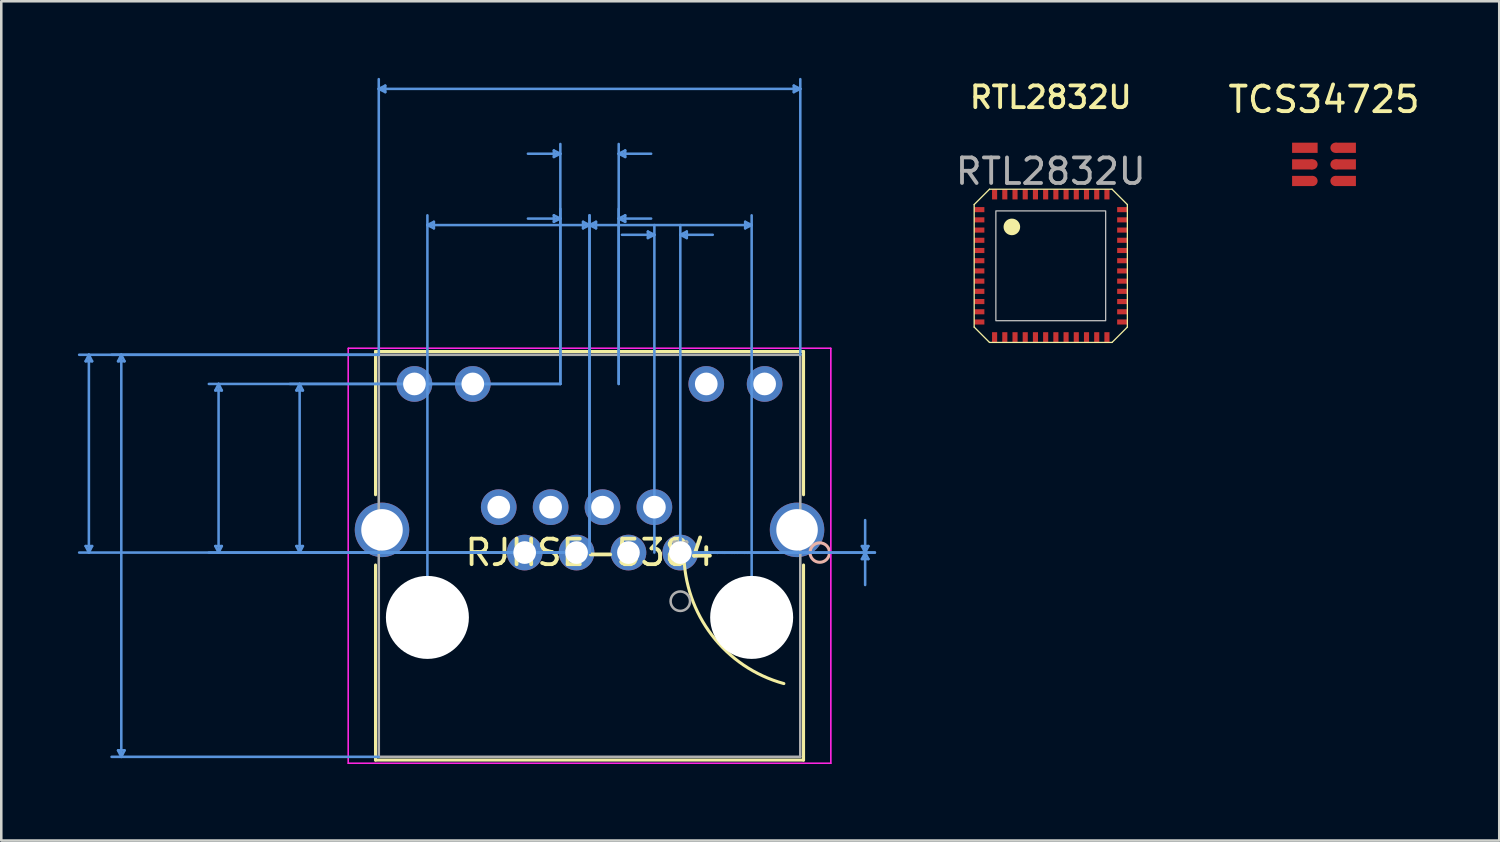
<source format=kicad_pcb>
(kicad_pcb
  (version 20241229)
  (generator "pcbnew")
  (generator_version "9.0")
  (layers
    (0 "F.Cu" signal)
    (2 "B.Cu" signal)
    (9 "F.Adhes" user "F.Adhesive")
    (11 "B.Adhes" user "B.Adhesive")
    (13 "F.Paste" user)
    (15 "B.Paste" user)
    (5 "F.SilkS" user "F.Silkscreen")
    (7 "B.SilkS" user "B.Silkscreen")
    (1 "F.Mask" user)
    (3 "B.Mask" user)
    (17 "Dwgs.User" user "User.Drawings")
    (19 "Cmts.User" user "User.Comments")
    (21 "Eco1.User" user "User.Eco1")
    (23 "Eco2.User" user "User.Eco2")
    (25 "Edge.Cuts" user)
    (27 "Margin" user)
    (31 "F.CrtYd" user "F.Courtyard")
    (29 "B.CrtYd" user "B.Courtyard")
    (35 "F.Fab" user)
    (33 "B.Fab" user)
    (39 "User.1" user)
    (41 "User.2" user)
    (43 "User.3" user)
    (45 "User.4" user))
  (footprint "RJHSE-5384"
    (layer "F.Cu")
    (at 23.596 18.592)
    (property "Reference" "RJHSE-5384" (at -3.556 0 0) (layer "F.SilkS") (effects (font (size 1 1) (thickness 0.15))))
    (attr through_hole)
    (fp_line (start -11.938 -7.874) (end -11.938 -2.265) (stroke (width 0.12) (type solid)) (layer "F.SilkS"))
    (fp_line (start -11.938 0.487) (end -11.938 8.128) (stroke (width 0.12) (type solid)) (layer "F.SilkS"))
    (fp_line (start -11.938 8.128) (end 4.826 8.128) (stroke (width 0.12) (type solid)) (layer "F.SilkS"))
    (fp_line (start 4.826 -7.874) (end -11.938 -7.874) (stroke (width 0.12) (type solid)) (layer "F.SilkS"))
    (fp_line (start 4.826 -2.265) (end 4.826 -7.874) (stroke (width 0.12) (type solid)) (layer "F.SilkS"))
    (fp_line (start 4.826 8.128) (end 4.826 0.487) (stroke (width 0.12) (type solid)) (layer "F.SilkS"))
    (fp_arc (start 4.05503 5.13189) (mid 1.233413 3.231184) (end 0.140008 0.00959) (stroke (width 0.12) (type solid)) (layer "F.SilkS"))
    (fp_circle (center 5.461 0) (end 5.842 0) (stroke (width 0.12) (type solid)) (fill no) (layer "B.SilkS"))
    (fp_line (start -23.292 -7.493) (end -23.038 -7.493) (stroke (width 0.1) (type solid)) (layer "Cmts.User"))
    (fp_line (start -23.292 -0.254) (end -23.038 -0.254) (stroke (width 0.1) (type solid)) (layer "Cmts.User"))
    (fp_line (start -23.165 -7.747) (end -23.292 -7.493) (stroke (width 0.1) (type solid)) (layer "Cmts.User"))
    (fp_line (start -23.165 -7.747) (end -23.165 0) (stroke (width 0.1) (type solid)) (layer "Cmts.User"))
    (fp_line (start -23.165 -7.747) (end -23.038 -7.493) (stroke (width 0.1) (type solid)) (layer "Cmts.User"))
    (fp_line (start -23.165 0) (end -23.292 -0.254) (stroke (width 0.1) (type solid)) (layer "Cmts.User"))
    (fp_line (start -23.165 0) (end -23.038 -0.254) (stroke (width 0.1) (type solid)) (layer "Cmts.User"))
    (fp_line (start -22.022 -7.493) (end -21.768 -7.493) (stroke (width 0.1) (type solid)) (layer "Cmts.User"))
    (fp_line (start -22.022 7.747) (end -21.768 7.747) (stroke (width 0.1) (type solid)) (layer "Cmts.User"))
    (fp_line (start -21.895 -7.747) (end -22.022 -7.493) (stroke (width 0.1) (type solid)) (layer "Cmts.User"))
    (fp_line (start -21.895 -7.747) (end -21.895 8.001) (stroke (width 0.1) (type solid)) (layer "Cmts.User"))
    (fp_line (start -21.895 -7.747) (end -21.768 -7.493) (stroke (width 0.1) (type solid)) (layer "Cmts.User"))
    (fp_line (start -21.895 8.001) (end -22.022 7.747) (stroke (width 0.1) (type solid)) (layer "Cmts.User"))
    (fp_line (start -21.895 8.001) (end -21.768 7.747) (stroke (width 0.1) (type solid)) (layer "Cmts.User"))
    (fp_line (start -18.212 -6.35) (end -17.958 -6.35) (stroke (width 0.1) (type solid)) (layer "Cmts.User"))
    (fp_line (start -18.212 -0.254) (end -17.958 -0.254) (stroke (width 0.1) (type solid)) (layer "Cmts.User"))
    (fp_line (start -18.085 -6.604) (end -18.212 -6.35) (stroke (width 0.1) (type solid)) (layer "Cmts.User"))
    (fp_line (start -18.085 -6.604) (end -18.085 0) (stroke (width 0.1) (type solid)) (layer "Cmts.User"))
    (fp_line (start -18.085 -6.604) (end -17.958 -6.35) (stroke (width 0.1) (type solid)) (layer "Cmts.User"))
    (fp_line (start -18.085 0) (end -18.212 -0.254) (stroke (width 0.1) (type solid)) (layer "Cmts.User"))
    (fp_line (start -18.085 0) (end -17.958 -0.254) (stroke (width 0.1) (type solid)) (layer "Cmts.User"))
    (fp_line (start -15.037 -6.35) (end -14.783 -6.35) (stroke (width 0.1) (type solid)) (layer "Cmts.User"))
    (fp_line (start -15.037 -0.254) (end -14.783 -0.254) (stroke (width 0.1) (type solid)) (layer "Cmts.User"))
    (fp_line (start -14.91 -6.604) (end -15.037 -6.35) (stroke (width 0.1) (type solid)) (layer "Cmts.User"))
    (fp_line (start -14.91 -6.604) (end -14.91 0) (stroke (width 0.1) (type solid)) (layer "Cmts.User"))
    (fp_line (start -14.91 -6.604) (end -14.783 -6.35) (stroke (width 0.1) (type solid)) (layer "Cmts.User"))
    (fp_line (start -14.91 0) (end -15.037 -0.254) (stroke (width 0.1) (type solid)) (layer "Cmts.User"))
    (fp_line (start -14.91 0) (end -14.783 -0.254) (stroke (width 0.1) (type solid)) (layer "Cmts.User"))
    (fp_line (start -11.811 -18.161) (end -11.557 -18.288) (stroke (width 0.1) (type solid)) (layer "Cmts.User"))
    (fp_line (start -11.811 -18.161) (end -11.557 -18.034) (stroke (width 0.1) (type solid)) (layer "Cmts.User"))
    (fp_line (start -11.811 -18.161) (end 4.699 -18.161) (stroke (width 0.1) (type solid)) (layer "Cmts.User"))
    (fp_line (start -11.811 -7.747) (end -23.546 -7.747) (stroke (width 0.1) (type solid)) (layer "Cmts.User"))
    (fp_line (start -11.811 -7.747) (end -22.276 -7.747) (stroke (width 0.1) (type solid)) (layer "Cmts.User"))
    (fp_line (start -11.811 -7.747) (end -11.811 -18.542) (stroke (width 0.1) (type solid)) (layer "Cmts.User"))
    (fp_line (start -11.811 8.001) (end -22.276 8.001) (stroke (width 0.1) (type solid)) (layer "Cmts.User"))
    (fp_line (start -11.557 -18.288) (end -11.557 -18.034) (stroke (width 0.1) (type solid)) (layer "Cmts.User"))
    (fp_line (start -9.906 -12.827) (end -9.652 -12.954) (stroke (width 0.1) (type solid)) (layer "Cmts.User"))
    (fp_line (start -9.906 -12.827) (end -9.652 -12.7) (stroke (width 0.1) (type solid)) (layer "Cmts.User"))
    (fp_line (start -9.906 -12.827) (end -3.556 -12.827) (stroke (width 0.1) (type solid)) (layer "Cmts.User"))
    (fp_line (start -9.906 2.54) (end -9.906 -13.208) (stroke (width 0.1) (type solid)) (layer "Cmts.User"))
    (fp_line (start -9.652 -12.954) (end -9.652 -12.7) (stroke (width 0.1) (type solid)) (layer "Cmts.User"))
    (fp_line (start -4.953 -15.748) (end -4.953 -15.494) (stroke (width 0.1) (type solid)) (layer "Cmts.User"))
    (fp_line (start -4.953 -13.208) (end -4.953 -12.954) (stroke (width 0.1) (type solid)) (layer "Cmts.User"))
    (fp_line (start -4.699 -15.621) (end -5.969 -15.621) (stroke (width 0.1) (type solid)) (layer "Cmts.User"))
    (fp_line (start -4.699 -15.621) (end -4.953 -15.748) (stroke (width 0.1) (type solid)) (layer "Cmts.User"))
    (fp_line (start -4.699 -15.621) (end -4.953 -15.494) (stroke (width 0.1) (type solid)) (layer "Cmts.User"))
    (fp_line (start -4.699 -13.081) (end -5.969 -13.081) (stroke (width 0.1) (type solid)) (layer "Cmts.User"))
    (fp_line (start -4.699 -13.081) (end -4.953 -13.208) (stroke (width 0.1) (type solid)) (layer "Cmts.User"))
    (fp_line (start -4.699 -13.081) (end -4.953 -12.954) (stroke (width 0.1) (type solid)) (layer "Cmts.User"))
    (fp_line (start -4.699 -6.604) (end -18.466 -6.604) (stroke (width 0.1) (type solid)) (layer "Cmts.User"))
    (fp_line (start -4.699 -6.604) (end -15.291 -6.604) (stroke (width 0.1) (type solid)) (layer "Cmts.User"))
    (fp_line (start -4.699 -6.604) (end -4.699 -16.002) (stroke (width 0.1) (type solid)) (layer "Cmts.User"))
    (fp_line (start -4.699 -6.604) (end -4.699 -13.462) (stroke (width 0.1) (type solid)) (layer "Cmts.User"))
    (fp_line (start -3.81 -12.954) (end -3.81 -12.7) (stroke (width 0.1) (type solid)) (layer "Cmts.User"))
    (fp_line (start -3.556 -12.827) (end -3.81 -12.954) (stroke (width 0.1) (type solid)) (layer "Cmts.User"))
    (fp_line (start -3.556 -12.827) (end -3.81 -12.7) (stroke (width 0.1) (type solid)) (layer "Cmts.User"))
    (fp_line (start -3.556 -12.827) (end -3.302 -12.954) (stroke (width 0.1) (type solid)) (layer "Cmts.User"))
    (fp_line (start -3.556 -12.827) (end -3.302 -12.7) (stroke (width 0.1) (type solid)) (layer "Cmts.User"))
    (fp_line (start -3.556 -12.827) (end 2.794 -12.827) (stroke (width 0.1) (type solid)) (layer "Cmts.User"))
    (fp_line (start -3.556 0) (end -23.546 0) (stroke (width 0.1) (type solid)) (layer "Cmts.User"))
    (fp_line (start -3.556 0) (end -18.466 0) (stroke (width 0.1) (type solid)) (layer "Cmts.User"))
    (fp_line (start -3.556 0) (end -15.291 0) (stroke (width 0.1) (type solid)) (layer "Cmts.User"))
    (fp_line (start -3.556 0) (end -3.556 -13.208) (stroke (width 0.1) (type solid)) (layer "Cmts.User"))
    (fp_line (start -3.556 0) (end -3.556 -13.208) (stroke (width 0.1) (type solid)) (layer "Cmts.User"))
    (fp_line (start -3.302 -12.954) (end -3.302 -12.7) (stroke (width 0.1) (type solid)) (layer "Cmts.User"))
    (fp_line (start -2.413 -15.621) (end -2.159 -15.748) (stroke (width 0.1) (type solid)) (layer "Cmts.User"))
    (fp_line (start -2.413 -15.621) (end -2.159 -15.494) (stroke (width 0.1) (type solid)) (layer "Cmts.User"))
    (fp_line (start -2.413 -15.621) (end -1.143 -15.621) (stroke (width 0.1) (type solid)) (layer "Cmts.User"))
    (fp_line (start -2.413 -13.081) (end -2.159 -13.208) (stroke (width 0.1) (type solid)) (layer "Cmts.User"))
    (fp_line (start -2.413 -13.081) (end -2.159 -12.954) (stroke (width 0.1) (type solid)) (layer "Cmts.User"))
    (fp_line (start -2.413 -13.081) (end -1.143 -13.081) (stroke (width 0.1) (type solid)) (layer "Cmts.User"))
    (fp_line (start -2.413 -6.604) (end -2.413 -16.002) (stroke (width 0.1) (type solid)) (layer "Cmts.User"))
    (fp_line (start -2.413 -6.604) (end -2.413 -13.462) (stroke (width 0.1) (type solid)) (layer "Cmts.User"))
    (fp_line (start -2.159 -15.748) (end -2.159 -15.494) (stroke (width 0.1) (type solid)) (layer "Cmts.User"))
    (fp_line (start -2.159 -13.208) (end -2.159 -12.954) (stroke (width 0.1) (type solid)) (layer "Cmts.User"))
    (fp_line (start -1.27 -12.573) (end -1.27 -12.319) (stroke (width 0.1) (type solid)) (layer "Cmts.User"))
    (fp_line (start -1.016 -12.446) (end -2.286 -12.446) (stroke (width 0.1) (type solid)) (layer "Cmts.User"))
    (fp_line (start -1.016 -12.446) (end -1.27 -12.573) (stroke (width 0.1) (type solid)) (layer "Cmts.User"))
    (fp_line (start -1.016 -12.446) (end -1.27 -12.319) (stroke (width 0.1) (type solid)) (layer "Cmts.User"))
    (fp_line (start -1.016 0) (end -1.016 -12.827) (stroke (width 0.1) (type solid)) (layer "Cmts.User"))
    (fp_line (start 0 -12.446) (end 0.254 -12.573) (stroke (width 0.1) (type solid)) (layer "Cmts.User"))
    (fp_line (start 0 -12.446) (end 0.254 -12.319) (stroke (width 0.1) (type solid)) (layer "Cmts.User"))
    (fp_line (start 0 -12.446) (end 1.27 -12.446) (stroke (width 0.1) (type solid)) (layer "Cmts.User"))
    (fp_line (start 0 0) (end 0 -12.827) (stroke (width 0.1) (type solid)) (layer "Cmts.User"))
    (fp_line (start 0 0) (end 7.62 0) (stroke (width 0.1) (type solid)) (layer "Cmts.User"))
    (fp_line (start 0 0) (end 7.62 0) (stroke (width 0.1) (type solid)) (layer "Cmts.User"))
    (fp_line (start 0.254 -12.573) (end 0.254 -12.319) (stroke (width 0.1) (type solid)) (layer "Cmts.User"))
    (fp_line (start 2.54 -12.954) (end 2.54 -12.7) (stroke (width 0.1) (type solid)) (layer "Cmts.User"))
    (fp_line (start 2.794 -12.827) (end 2.54 -12.954) (stroke (width 0.1) (type solid)) (layer "Cmts.User"))
    (fp_line (start 2.794 -12.827) (end 2.54 -12.7) (stroke (width 0.1) (type solid)) (layer "Cmts.User"))
    (fp_line (start 2.794 2.54) (end 2.794 -13.208) (stroke (width 0.1) (type solid)) (layer "Cmts.User"))
    (fp_line (start 4.445 -18.288) (end 4.445 -18.034) (stroke (width 0.1) (type solid)) (layer "Cmts.User"))
    (fp_line (start 4.699 -18.161) (end 4.445 -18.288) (stroke (width 0.1) (type solid)) (layer "Cmts.User"))
    (fp_line (start 4.699 -18.161) (end 4.445 -18.034) (stroke (width 0.1) (type solid)) (layer "Cmts.User"))
    (fp_line (start 4.699 -7.747) (end 4.699 -18.542) (stroke (width 0.1) (type solid)) (layer "Cmts.User"))
    (fp_line (start 7.112 -0.254) (end 7.366 -0.254) (stroke (width 0.1) (type solid)) (layer "Cmts.User"))
    (fp_line (start 7.112 0.254) (end 7.366 0.254) (stroke (width 0.1) (type solid)) (layer "Cmts.User"))
    (fp_line (start 7.239 0) (end 7.112 -0.254) (stroke (width 0.1) (type solid)) (layer "Cmts.User"))
    (fp_line (start 7.239 0) (end 7.112 0.254) (stroke (width 0.1) (type solid)) (layer "Cmts.User"))
    (fp_line (start 7.239 0) (end 7.239 -1.27) (stroke (width 0.1) (type solid)) (layer "Cmts.User"))
    (fp_line (start 7.239 0) (end 7.239 1.27) (stroke (width 0.1) (type solid)) (layer "Cmts.User"))
    (fp_line (start 7.239 0) (end 7.366 -0.254) (stroke (width 0.1) (type solid)) (layer "Cmts.User"))
    (fp_line (start 7.239 0) (end 7.366 0.254) (stroke (width 0.1) (type solid)) (layer "Cmts.User"))
    (fp_line (start -13.005 -8.001) (end -13.005 8.255) (stroke (width 0.05) (type solid)) (layer "F.CrtYd"))
    (fp_line (start -13.005 -8.001) (end -13.005 8.255) (stroke (width 0.05) (type solid)) (layer "F.CrtYd"))
    (fp_line (start -13.005 8.255) (end 5.893 8.255) (stroke (width 0.05) (type solid)) (layer "F.CrtYd"))
    (fp_line (start -13.005 8.255) (end 5.893 8.255) (stroke (width 0.05) (type solid)) (layer "F.CrtYd"))
    (fp_line (start 5.893 -8.001) (end -13.005 -8.001) (stroke (width 0.05) (type solid)) (layer "F.CrtYd"))
    (fp_line (start 5.893 -8.001) (end -13.005 -8.001) (stroke (width 0.05) (type solid)) (layer "F.CrtYd"))
    (fp_line (start 5.893 8.255) (end 5.893 -8.001) (stroke (width 0.05) (type solid)) (layer "F.CrtYd"))
    (fp_line (start 5.893 8.255) (end 5.893 -8.001) (stroke (width 0.05) (type solid)) (layer "F.CrtYd"))
    (fp_line (start -11.811 -7.747) (end -11.811 8.001) (stroke (width 0.1) (type solid)) (layer "F.Fab"))
    (fp_line (start -11.811 8.001) (end 4.699 8.001) (stroke (width 0.1) (type solid)) (layer "F.Fab"))
    (fp_line (start 4.699 -7.747) (end -11.811 -7.747) (stroke (width 0.1) (type solid)) (layer "F.Fab"))
    (fp_line (start 4.699 8.001) (end 4.699 -7.747) (stroke (width 0.1) (type solid)) (layer "F.Fab"))
    (fp_circle (center 0 1.905) (end 0.381 1.905) (stroke (width 0.1) (type solid)) (fill no) (layer "F.Fab"))
    (fp_text user "*" (at 0 0 0) (layer "F.SilkS") (effects (font (size 1 1) (thickness 0.15))))
    (fp_text user "Copyright 2021 Accelerated Designs. All rights reserved." (at 0 0 0) (layer "Cmts.User") (effects (font (size 0.127 0.127) (thickness 0.002))))
    (fp_text user "*" (at 0 0 0) (layer "F.Fab") (effects (font (size 1 1) (thickness 0.15))))
    (pad "" np_thru_hole circle (at -9.906 2.54) (size 3.251 3.251) (drill 3.251) (layers "*.Cu" "*.Mask"))
    (pad "" np_thru_hole circle (at 2.794 2.54) (size 3.251 3.251) (drill 3.251) (layers "*.Cu" "*.Mask"))
    (pad "1" thru_hole circle (at 0 0) (size 1.397 1.397) (drill 0.889) (layers "*.Cu" "*.Mask"))
    (pad "2" thru_hole circle (at -1.016 -1.778) (size 1.397 1.397) (drill 0.889) (layers "*.Cu" "*.Mask"))
    (pad "3" thru_hole circle (at -2.032 0) (size 1.397 1.397) (drill 0.889) (layers "*.Cu" "*.Mask"))
    (pad "4" thru_hole circle (at -3.048 -1.778) (size 1.397 1.397) (drill 0.889) (layers "*.Cu" "*.Mask"))
    (pad "5" thru_hole circle (at -4.064 0) (size 1.397 1.397) (drill 0.889) (layers "*.Cu" "*.Mask"))
    (pad "6" thru_hole circle (at -5.08 -1.778) (size 1.397 1.397) (drill 0.889) (layers "*.Cu" "*.Mask"))
    (pad "7" thru_hole circle (at -6.096 0) (size 1.397 1.397) (drill 0.889) (layers "*.Cu" "*.Mask"))
    (pad "8" thru_hole circle (at -7.112 -1.778) (size 1.397 1.397) (drill 0.889) (layers "*.Cu" "*.Mask"))
    (pad "9" thru_hole circle (at 3.302 -6.604) (size 1.397 1.397) (drill 0.889) (layers "*.Cu" "*.Mask"))
    (pad "10" thru_hole circle (at 1.016 -6.604) (size 1.397 1.397) (drill 0.889) (layers "*.Cu" "*.Mask"))
    (pad "11" thru_hole circle (at -8.128 -6.604) (size 1.397 1.397) (drill 0.889) (layers "*.Cu" "*.Mask"))
    (pad "12" thru_hole circle (at -10.414 -6.604) (size 1.397 1.397) (drill 0.889) (layers "*.Cu" "*.Mask"))
    (pad "13" thru_hole circle (at -11.684 -0.889) (size 2.134 2.134) (drill 1.626) (layers "*.Cu" "*.Mask"))
    (pad "14" thru_hole circle (at 4.572 -0.889) (size 2.134 2.134) (drill 1.626) (layers "*.Cu" "*.Mask")))
  (footprint "RTL2832U"
    (layer "F.Cu")
    (at 38.105 7.361)
    (property "Reference" "RTL2832U" (at 0 -6.6 0) (unlocked yes) (layer "F.SilkS") (effects (font (size 0.85 0.85) (thickness 0.15))))
    (attr smd)
    (fp_line (start -3 2.4) (end -3 -2.4) (stroke (width 0.05) (type default)) (layer "F.SilkS"))
    (fp_line (start -3 2.4) (end -2.4 3) (stroke (width 0.05) (type default)) (layer "F.SilkS"))
    (fp_line (start -2.4 -3) (end -3 -2.4) (stroke (width 0.05) (type default)) (layer "F.SilkS"))
    (fp_line (start -2.4 -3) (end 2.4 -3) (stroke (width 0.05) (type default)) (layer "F.SilkS"))
    (fp_line (start -2.4 3) (end 2.4 3) (stroke (width 0.05) (type default)) (layer "F.SilkS"))
    (fp_line (start 2.4 -3) (end 3 -2.4) (stroke (width 0.05) (type default)) (layer "F.SilkS"))
    (fp_line (start 2.4 3) (end 3 2.4) (stroke (width 0.05) (type default)) (layer "F.SilkS"))
    (fp_line (start 3 2.4) (end 3 -2.4) (stroke (width 0.05) (type default)) (layer "F.SilkS"))
    (fp_circle (center -1.524 -1.524) (end -1.224 -1.524) (stroke (width 0.05) (type solid)) (fill yes) (layer "F.SilkS"))
    (fp_rect (start -2.15 2.15) (end 2.15 -2.15) (stroke (width 0.05) (type default)) (fill no) (layer "Dwgs.User"))
    (fp_text user "${REFERENCE}" (at 0 -3.7 0) (unlocked yes) (layer "F.Fab") (effects (font (size 1 1) (thickness 0.15))))
    (pad "1" smd rect (at -2.8 -2.2) (size 0.4 0.2) (layers "F.Cu" "F.Mask" "F.Paste"))
    (pad "2" smd rect (at -2.8 -1.8) (size 0.4 0.2) (layers "F.Cu" "F.Mask" "F.Paste"))
    (pad "3" smd rect (at -2.8 -1.4) (size 0.4 0.2) (layers "F.Cu" "F.Mask" "F.Paste"))
    (pad "3" smd rect (at -1 -2.8 270) (size 0.4 0.2) (layers "F.Cu" "F.Mask" "F.Paste"))
    (pad "4" smd rect (at -2.8 -1) (size 0.4 0.2) (layers "F.Cu" "F.Mask" "F.Paste"))
    (pad "5" smd rect (at -2.8 -0.6) (size 0.4 0.2) (layers "F.Cu" "F.Mask" "F.Paste"))
    (pad "6" smd rect (at -2.8 -0.2) (size 0.4 0.2) (layers "F.Cu" "F.Mask" "F.Paste"))
    (pad "7" smd rect (at -2.8 0.2) (size 0.4 0.2) (layers "F.Cu" "F.Mask" "F.Paste"))
    (pad "8" smd rect (at -2.8 0.6) (size 0.4 0.2) (layers "F.Cu" "F.Mask" "F.Paste"))
    (pad "9" smd rect (at -2.8 1) (size 0.4 0.2) (layers "F.Cu" "F.Mask" "F.Paste"))
    (pad "10" smd rect (at -2.8 1.4) (size 0.4 0.2) (layers "F.Cu" "F.Mask" "F.Paste"))
    (pad "11" smd rect (at -2.8 1.8) (size 0.4 0.2) (layers "F.Cu" "F.Mask" "F.Paste"))
    (pad "12" smd rect (at -2.8 2.2) (size 0.4 0.2) (layers "F.Cu" "F.Mask" "F.Paste"))
    (pad "12" smd rect (at 0.6 2.8 90) (size 0.4 0.2) (layers "F.Cu" "F.Mask" "F.Paste"))
    (pad "12" smd rect (at 2.8 -1.4 180) (size 0.4 0.2) (layers "F.Cu" "F.Mask" "F.Paste"))
    (pad "12" smd rect (at 2.8 1 180) (size 0.4 0.2) (layers "F.Cu" "F.Mask" "F.Paste"))
    (pad "13" smd rect (at -2.2 2.8 90) (size 0.4 0.2) (layers "F.Cu" "F.Mask" "F.Paste"))
    (pad "14" smd rect (at -1.8 2.8 90) (size 0.4 0.2) (layers "F.Cu" "F.Mask" "F.Paste"))
    (pad "14" smd rect (at 2.8 -1 180) (size 0.4 0.2) (layers "F.Cu" "F.Mask" "F.Paste"))
    (pad "15" smd rect (at -1.4 2.8 90) (size 0.4 0.2) (layers "F.Cu" "F.Mask" "F.Paste"))
    (pad "16" smd rect (at -1 2.8 90) (size 0.4 0.2) (layers "F.Cu" "F.Mask" "F.Paste"))
    (pad "17" smd rect (at -0.6 2.8 90) (size 0.4 0.2) (layers "F.Cu" "F.Mask" "F.Paste"))
    (pad "18" smd rect (at -0.2 2.8 90) (size 0.4 0.2) (layers "F.Cu" "F.Mask" "F.Paste"))
    (pad "19" smd rect (at 0.2 2.8 90) (size 0.4 0.2) (layers "F.Cu" "F.Mask" "F.Paste"))
    (pad "21" smd rect (at 1 2.8 90) (size 0.4 0.2) (layers "F.Cu" "F.Mask" "F.Paste"))
    (pad "22" smd rect (at 1.4 2.8 90) (size 0.4 0.2) (layers "F.Cu" "F.Mask" "F.Paste"))
    (pad "23" smd rect (at 1.8 2.8 90) (size 0.4 0.2) (layers "F.Cu" "F.Mask" "F.Paste"))
    (pad "24" smd rect (at 2.2 2.8 90) (size 0.4 0.2) (layers "F.Cu" "F.Mask" "F.Paste"))
    (pad "26" smd rect (at 2.8 1.8 180) (size 0.4 0.2) (layers "F.Cu" "F.Mask" "F.Paste"))
    (pad "26" smd rect (at 2.8 2.2 180) (size 0.4 0.2) (layers "F.Cu" "F.Mask" "F.Paste"))
    (pad "27" smd rect (at 2.8 1.4 180) (size 0.4 0.2) (layers "F.Cu" "F.Mask" "F.Paste"))
    (pad "29" smd rect (at 2.8 0.6 180) (size 0.4 0.2) (layers "F.Cu" "F.Mask" "F.Paste"))
    (pad "30" smd rect (at 2.8 0.2 180) (size 0.4 0.2) (layers "F.Cu" "F.Mask" "F.Paste"))
    (pad "31" smd rect (at 2.8 -0.2 180) (size 0.4 0.2) (layers "F.Cu" "F.Mask" "F.Paste"))
    (pad "32" smd rect (at 2.8 -0.6 180) (size 0.4 0.2) (layers "F.Cu" "F.Mask" "F.Paste"))
    (pad "35" smd rect (at 2.8 -1.8 180) (size 0.4 0.2) (layers "F.Cu" "F.Mask" "F.Paste"))
    (pad "36" smd rect (at 2.8 -2.2 180) (size 0.4 0.2) (layers "F.Cu" "F.Mask" "F.Paste"))
    (pad "37" smd rect (at 2.2 -2.8 270) (size 0.4 0.2) (layers "F.Cu" "F.Mask" "F.Paste"))
    (pad "38" smd rect (at 1.8 -2.8 270) (size 0.4 0.2) (layers "F.Cu" "F.Mask" "F.Paste"))
    (pad "39" smd rect (at 1.4 -2.8 270) (size 0.4 0.2) (layers "F.Cu" "F.Mask" "F.Paste"))
    (pad "40" smd rect (at 1 -2.8 270) (size 0.4 0.2) (layers "F.Cu" "F.Mask" "F.Paste"))
    (pad "41" smd rect (at 0.6 -2.8 270) (size 0.4 0.2) (layers "F.Cu" "F.Mask" "F.Paste"))
    (pad "42" smd rect (at 0.2 -2.8 270) (size 0.4 0.2) (layers "F.Cu" "F.Mask" "F.Paste"))
    (pad "43" smd rect (at -0.2 -2.8 270) (size 0.4 0.2) (layers "F.Cu" "F.Mask" "F.Paste"))
    (pad "44" smd rect (at -1.8 -2.8 270) (size 0.4 0.2) (layers "F.Cu" "F.Mask" "F.Paste"))
    (pad "44" smd rect (at -0.6 -2.8 270) (size 0.4 0.2) (layers "F.Cu" "F.Mask" "F.Paste"))
    (pad "46" smd rect (at -1.4 -2.8 270) (size 0.4 0.2) (layers "F.Cu" "F.Mask" "F.Paste"))
    (pad "48" smd rect (at -2.2 -2.8 270) (size 0.4 0.2) (layers "F.Cu" "F.Mask" "F.Paste")))
  (footprint "TCS34725"
    (layer "F.Cu")
    (at 48.807 3.388)
    (property "Reference" "TCS34725" (at 0 -2.54 0) (layer "F.SilkS") (effects (font (size 1 1) (thickness 0.15))))
    (attr through_hole)
    (pad "" smd circle (at -0.45 0) (size 0.4 0.4) (layers "F.Cu" "F.Mask" "F.Paste"))
    (pad "" smd circle (at -0.45 0.65) (size 0.4 0.4) (layers "F.Cu" "F.Mask" "F.Paste"))
    (pad "" smd circle (at 0.45 -0.65) (size 0.4 0.4) (layers "F.Cu" "F.Mask" "F.Paste"))
    (pad "" smd circle (at 0.45 0) (size 0.4 0.4) (layers "F.Cu" "F.Mask" "F.Paste"))
    (pad "" smd circle (at 0.45 0.65) (size 0.4 0.4) (layers "F.Cu" "F.Mask" "F.Paste"))
    (pad "1" smd rect (at -0.75 -0.65) (size 1 0.4) (layers "F.Cu" "F.Mask" "F.Paste"))
    (pad "2" smd rect (at -0.85 0) (size 0.8 0.4) (layers "F.Cu" "F.Mask" "F.Paste"))
    (pad "3" smd rect (at -0.85 0.65) (size 0.8 0.4) (layers "F.Cu" "F.Mask" "F.Paste"))
    (pad "4" smd rect (at 0.85 0.65) (size 0.8 0.4) (layers "F.Cu" "F.Mask" "F.Paste"))
    (pad "5" smd rect (at 0.85 0) (size 0.8 0.4) (layers "F.Cu" "F.Mask" "F.Paste"))
    (pad "6" smd rect (at 0.85 -0.65) (size 0.8 0.4) (layers "F.Cu" "F.Mask" "F.Paste")))
  (gr_rect
    (start -3 -3)
    (end 55.671 29.872)
    (stroke (width 0.1) (type default))
    (fill no)
    (layer "Edge.Cuts")))
</source>
